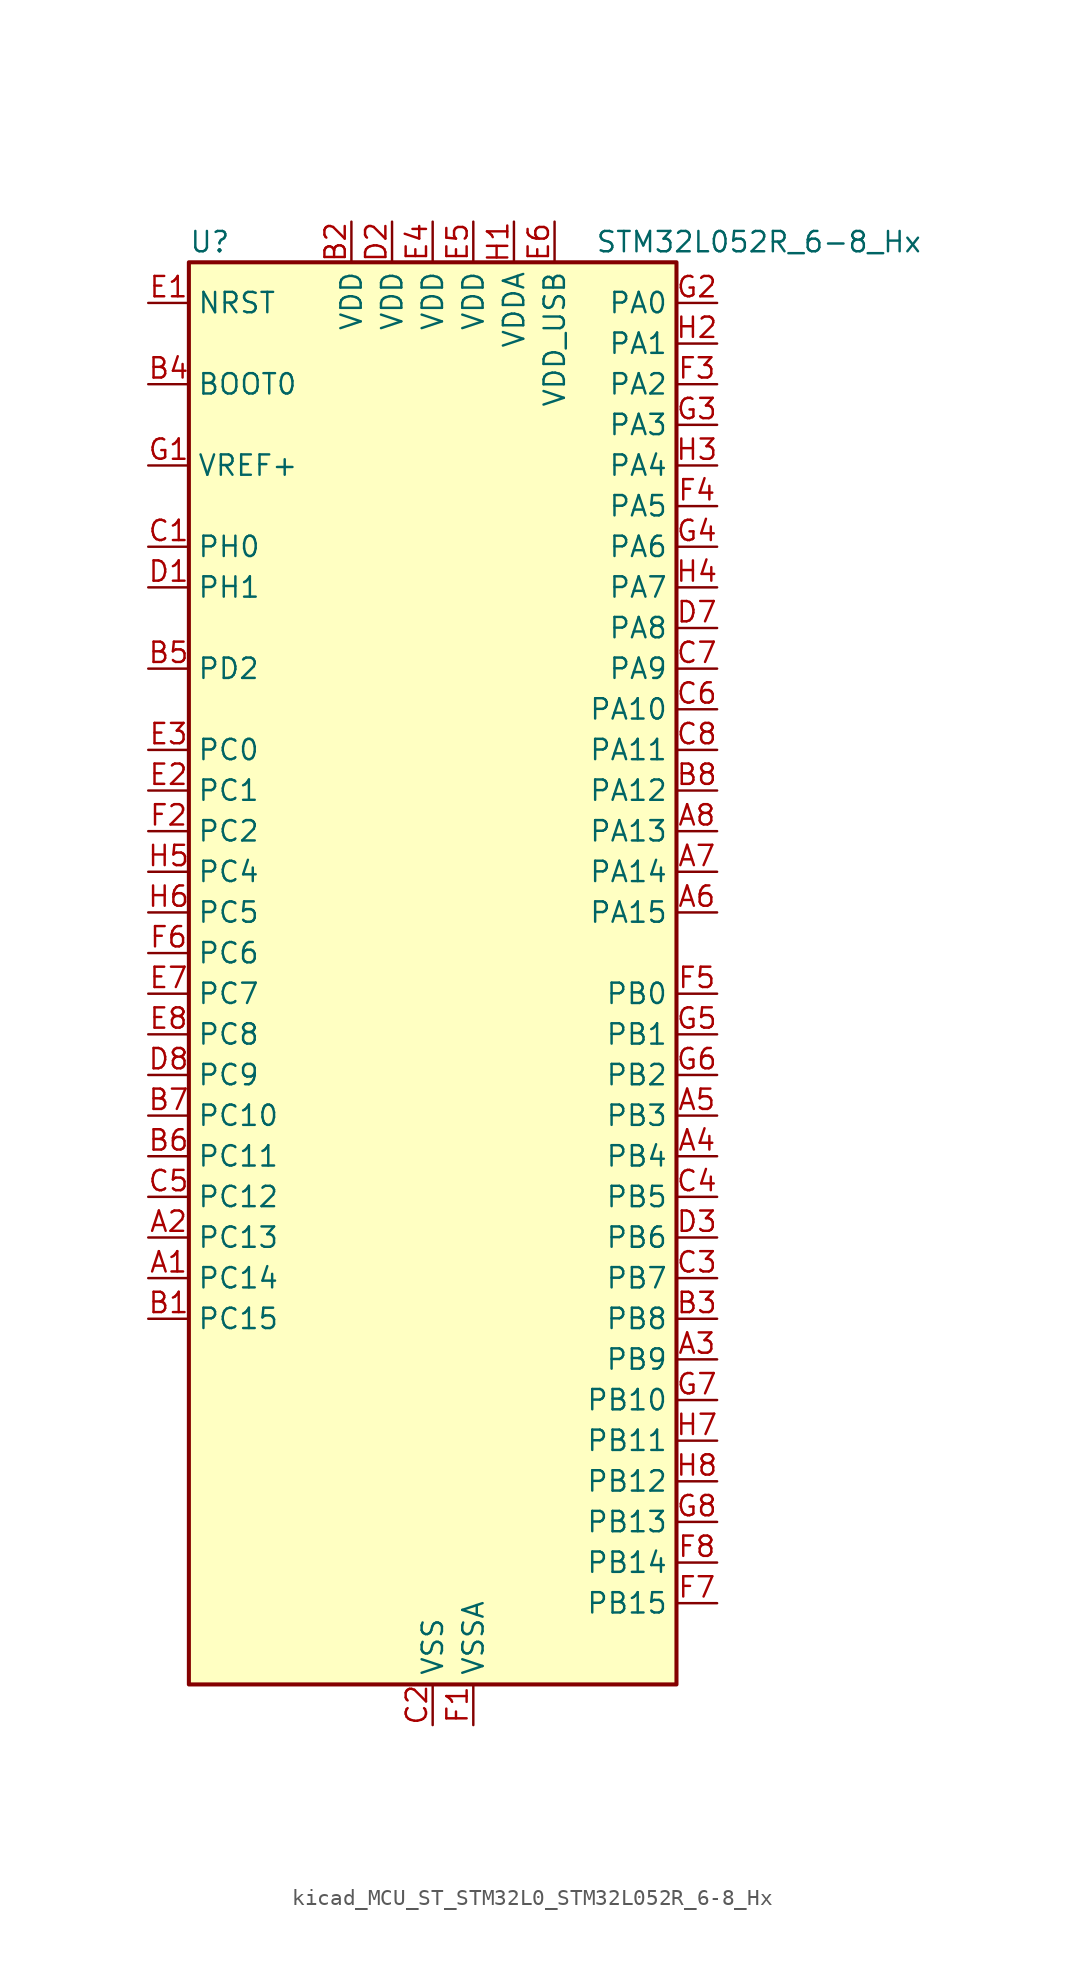
<source format=kicad_sym>
(kicad_symbol_lib
  (version 20220914)
  (generator kicad_symbol_editor)
  (symbol "kicad_MCU_ST_STM32L0_STM32L052R_6-8_Hx"
    (property "Reference" "U"
      (at -15.24 46.99 0)
      (effects (font (size 1.27 1.27)) (justify left)))
    (property "Value" "STM32L052R_6-8_Hx"
      (at 10.16 46.99 0)
      (effects (font (size 1.27 1.27)) (justify left)))
    (property "ki_locked" ""
      (at 0 0 0)
      (effects (font (size 1.27 1.27))))
    (symbol "kicad_MCU_ST_STM32L0_STM32L052R_6-8_Hx_0_1"
      (rectangle (start -15.24 -43.18) (end 15.24 45.72) (stroke (width 0.254) (type default)) (fill (type background))))
    (symbol "kicad_MCU_ST_STM32L0_STM32L052R_6-8_Hx_1_1"
      (pin bidirectional line (at -17.78 -17.78 0) (length 2.54) (name "PC14" (effects (font (size 1.27 1.27)))) (number "A1" (effects (font (size 1.27 1.27)))) (alternate "RCC_OSC32_IN" bidirectional line))
      (pin bidirectional line (at -17.78 -15.24 0) (length 2.54) (name "PC13" (effects (font (size 1.27 1.27)))) (number "A2" (effects (font (size 1.27 1.27)))) (alternate "RTC_OUT_ALARM" bidirectional line) (alternate "RTC_OUT_CALIB" bidirectional line) (alternate "RTC_TAMP1" bidirectional line) (alternate "RTC_TS" bidirectional line) (alternate "SYS_WKUP2" bidirectional line))
      (pin bidirectional line (at 17.78 -22.86 180) (length 2.54) (name "PB9" (effects (font (size 1.27 1.27)))) (number "A3" (effects (font (size 1.27 1.27)))) (alternate "DAC_EXTI9" bidirectional line) (alternate "I2C1_SDA" bidirectional line) (alternate "I2S2_WS" bidirectional line) (alternate "SPI2_NSS" bidirectional line))
      (pin bidirectional line (at 17.78 -10.16 180) (length 2.54) (name "PB4" (effects (font (size 1.27 1.27)))) (number "A4" (effects (font (size 1.27 1.27)))) (alternate "COMP2_INP" bidirectional line) (alternate "SPI1_MISO" bidirectional line) (alternate "TIM22_CH1" bidirectional line) (alternate "TSC_G5_IO2" bidirectional line))
      (pin bidirectional line (at 17.78 -7.62 180) (length 2.54) (name "PB3" (effects (font (size 1.27 1.27)))) (number "A5" (effects (font (size 1.27 1.27)))) (alternate "COMP2_INM" bidirectional line) (alternate "SPI1_SCK" bidirectional line) (alternate "TIM2_CH2" bidirectional line) (alternate "TSC_G5_IO1" bidirectional line))
      (pin bidirectional line (at 17.78 5.08 180) (length 2.54) (name "PA15" (effects (font (size 1.27 1.27)))) (number "A6" (effects (font (size 1.27 1.27)))) (alternate "SPI1_NSS" bidirectional line) (alternate "TIM2_CH1" bidirectional line) (alternate "TIM2_ETR" bidirectional line) (alternate "USART2_RX" bidirectional line))
      (pin bidirectional line (at 17.78 7.62 180) (length 2.54) (name "PA14" (effects (font (size 1.27 1.27)))) (number "A7" (effects (font (size 1.27 1.27)))) (alternate "SYS_SWCLK" bidirectional line) (alternate "USART2_TX" bidirectional line))
      (pin bidirectional line (at 17.78 10.16 180) (length 2.54) (name "PA13" (effects (font (size 1.27 1.27)))) (number "A8" (effects (font (size 1.27 1.27)))) (alternate "SYS_SWDIO" bidirectional line) (alternate "USB_NOE" bidirectional line))
      (pin bidirectional line (at -17.78 -20.32 0) (length 2.54) (name "PC15" (effects (font (size 1.27 1.27)))) (number "B1" (effects (font (size 1.27 1.27)))) (alternate "RCC_OSC32_OUT" bidirectional line))
      (pin power_in line (at -5.08 48.26 270) (length 2.54) (name "VDD" (effects (font (size 1.27 1.27)))) (number "B2" (effects (font (size 1.27 1.27)))))
      (pin bidirectional line (at 17.78 -20.32 180) (length 2.54) (name "PB8" (effects (font (size 1.27 1.27)))) (number "B3" (effects (font (size 1.27 1.27)))) (alternate "I2C1_SCL" bidirectional line) (alternate "TSC_SYNC" bidirectional line))
      (pin input line (at -17.78 38.1 0) (length 2.54) (name "BOOT0" (effects (font (size 1.27 1.27)))) (number "B4" (effects (font (size 1.27 1.27)))))
      (pin bidirectional line (at -17.78 20.32 0) (length 2.54) (name "PD2" (effects (font (size 1.27 1.27)))) (number "B5" (effects (font (size 1.27 1.27)))) (alternate "LPUART1_DE" bidirectional line) (alternate "LPUART1_RTS" bidirectional line))
      (pin bidirectional line (at -17.78 -10.16 0) (length 2.54) (name "PC11" (effects (font (size 1.27 1.27)))) (number "B6" (effects (font (size 1.27 1.27)))) (alternate "ADC_EXTI11" bidirectional line) (alternate "LPUART1_RX" bidirectional line))
      (pin bidirectional line (at -17.78 -7.62 0) (length 2.54) (name "PC10" (effects (font (size 1.27 1.27)))) (number "B7" (effects (font (size 1.27 1.27)))) (alternate "LPUART1_TX" bidirectional line))
      (pin bidirectional line (at 17.78 12.7 180) (length 2.54) (name "PA12" (effects (font (size 1.27 1.27)))) (number "B8" (effects (font (size 1.27 1.27)))) (alternate "COMP2_OUT" bidirectional line) (alternate "SPI1_MOSI" bidirectional line) (alternate "TSC_G4_IO4" bidirectional line) (alternate "USART1_DE" bidirectional line) (alternate "USART1_RTS" bidirectional line) (alternate "USB_DP" bidirectional line))
      (pin bidirectional line (at -17.78 27.94 0) (length 2.54) (name "PH0" (effects (font (size 1.27 1.27)))) (number "C1" (effects (font (size 1.27 1.27)))) (alternate "CRS_SYNC" bidirectional line) (alternate "RCC_OSC_IN" bidirectional line))
      (pin power_in line (at 0 -45.72 90) (length 2.54) (name "VSS" (effects (font (size 1.27 1.27)))) (number "C2" (effects (font (size 1.27 1.27)))))
      (pin bidirectional line (at 17.78 -17.78 180) (length 2.54) (name "PB7" (effects (font (size 1.27 1.27)))) (number "C3" (effects (font (size 1.27 1.27)))) (alternate "COMP2_INP" bidirectional line) (alternate "I2C1_SDA" bidirectional line) (alternate "LPTIM1_IN2" bidirectional line) (alternate "SYS_PVD_IN" bidirectional line) (alternate "TSC_G5_IO4" bidirectional line) (alternate "USART1_RX" bidirectional line))
      (pin bidirectional line (at 17.78 -12.7 180) (length 2.54) (name "PB5" (effects (font (size 1.27 1.27)))) (number "C4" (effects (font (size 1.27 1.27)))) (alternate "COMP2_INP" bidirectional line) (alternate "I2C1_SMBA" bidirectional line) (alternate "LPTIM1_IN1" bidirectional line) (alternate "SPI1_MOSI" bidirectional line) (alternate "TIM22_CH2" bidirectional line))
      (pin bidirectional line (at -17.78 -12.7 0) (length 2.54) (name "PC12" (effects (font (size 1.27 1.27)))) (number "C5" (effects (font (size 1.27 1.27)))))
      (pin bidirectional line (at 17.78 17.78 180) (length 2.54) (name "PA10" (effects (font (size 1.27 1.27)))) (number "C6" (effects (font (size 1.27 1.27)))) (alternate "TSC_G4_IO2" bidirectional line) (alternate "USART1_RX" bidirectional line))
      (pin bidirectional line (at 17.78 20.32 180) (length 2.54) (name "PA9" (effects (font (size 1.27 1.27)))) (number "C7" (effects (font (size 1.27 1.27)))) (alternate "DAC_EXTI9" bidirectional line) (alternate "RCC_MCO" bidirectional line) (alternate "TSC_G4_IO1" bidirectional line) (alternate "USART1_TX" bidirectional line))
      (pin bidirectional line (at 17.78 15.24 180) (length 2.54) (name "PA11" (effects (font (size 1.27 1.27)))) (number "C8" (effects (font (size 1.27 1.27)))) (alternate "ADC_EXTI11" bidirectional line) (alternate "COMP1_OUT" bidirectional line) (alternate "SPI1_MISO" bidirectional line) (alternate "TSC_G4_IO3" bidirectional line) (alternate "USART1_CTS" bidirectional line) (alternate "USB_DM" bidirectional line))
      (pin bidirectional line (at -17.78 25.4 0) (length 2.54) (name "PH1" (effects (font (size 1.27 1.27)))) (number "D1" (effects (font (size 1.27 1.27)))) (alternate "RCC_OSC_OUT" bidirectional line))
      (pin power_in line (at -2.54 48.26 270) (length 2.54) (name "VDD" (effects (font (size 1.27 1.27)))) (number "D2" (effects (font (size 1.27 1.27)))))
      (pin bidirectional line (at 17.78 -15.24 180) (length 2.54) (name "PB6" (effects (font (size 1.27 1.27)))) (number "D3" (effects (font (size 1.27 1.27)))) (alternate "COMP2_INP" bidirectional line) (alternate "I2C1_SCL" bidirectional line) (alternate "LPTIM1_ETR" bidirectional line) (alternate "TSC_G5_IO3" bidirectional line) (alternate "USART1_TX" bidirectional line))
      (pin passive line (at 0 -45.72 90) (length 2.54) hide (name "VSS" (effects (font (size 1.27 1.27)))) (number "D4" (effects (font (size 1.27 1.27)))))
      (pin passive line (at 0 -45.72 90) (length 2.54) hide (name "VSS" (effects (font (size 1.27 1.27)))) (number "D5" (effects (font (size 1.27 1.27)))))
      (pin passive line (at 0 -45.72 90) (length 2.54) hide (name "VSS" (effects (font (size 1.27 1.27)))) (number "D6" (effects (font (size 1.27 1.27)))))
      (pin bidirectional line (at 17.78 22.86 180) (length 2.54) (name "PA8" (effects (font (size 1.27 1.27)))) (number "D7" (effects (font (size 1.27 1.27)))) (alternate "CRS_SYNC" bidirectional line) (alternate "RCC_MCO" bidirectional line) (alternate "USART1_CK" bidirectional line))
      (pin bidirectional line (at -17.78 -5.08 0) (length 2.54) (name "PC9" (effects (font (size 1.27 1.27)))) (number "D8" (effects (font (size 1.27 1.27)))) (alternate "DAC_EXTI9" bidirectional line) (alternate "TIM21_ETR" bidirectional line) (alternate "TSC_G8_IO4" bidirectional line) (alternate "USB_NOE" bidirectional line))
      (pin input line (at -17.78 43.18 0) (length 2.54) (name "NRST" (effects (font (size 1.27 1.27)))) (number "E1" (effects (font (size 1.27 1.27)))))
      (pin bidirectional line (at -17.78 12.7 0) (length 2.54) (name "PC1" (effects (font (size 1.27 1.27)))) (number "E2" (effects (font (size 1.27 1.27)))) (alternate "ADC_IN11" bidirectional line) (alternate "LPTIM1_OUT" bidirectional line) (alternate "TSC_G7_IO2" bidirectional line))
      (pin bidirectional line (at -17.78 15.24 0) (length 2.54) (name "PC0" (effects (font (size 1.27 1.27)))) (number "E3" (effects (font (size 1.27 1.27)))) (alternate "ADC_IN10" bidirectional line) (alternate "LPTIM1_IN1" bidirectional line) (alternate "TSC_G7_IO1" bidirectional line))
      (pin power_in line (at 0 48.26 270) (length 2.54) (name "VDD" (effects (font (size 1.27 1.27)))) (number "E4" (effects (font (size 1.27 1.27)))))
      (pin power_in line (at 2.54 48.26 270) (length 2.54) (name "VDD" (effects (font (size 1.27 1.27)))) (number "E5" (effects (font (size 1.27 1.27)))))
      (pin power_in line (at 7.62 48.26 270) (length 2.54) (name "VDD_USB" (effects (font (size 1.27 1.27)))) (number "E6" (effects (font (size 1.27 1.27)))))
      (pin bidirectional line (at -17.78 0 0) (length 2.54) (name "PC7" (effects (font (size 1.27 1.27)))) (number "E7" (effects (font (size 1.27 1.27)))) (alternate "TIM22_CH2" bidirectional line) (alternate "TSC_G8_IO2" bidirectional line))
      (pin bidirectional line (at -17.78 -2.54 0) (length 2.54) (name "PC8" (effects (font (size 1.27 1.27)))) (number "E8" (effects (font (size 1.27 1.27)))) (alternate "TIM22_ETR" bidirectional line) (alternate "TSC_G8_IO3" bidirectional line))
      (pin power_in line (at 2.54 -45.72 90) (length 2.54) (name "VSSA" (effects (font (size 1.27 1.27)))) (number "F1" (effects (font (size 1.27 1.27)))))
      (pin bidirectional line (at -17.78 10.16 0) (length 2.54) (name "PC2" (effects (font (size 1.27 1.27)))) (number "F2" (effects (font (size 1.27 1.27)))) (alternate "ADC_IN12" bidirectional line) (alternate "I2S2_MCK" bidirectional line) (alternate "LPTIM1_IN2" bidirectional line) (alternate "SPI2_MISO" bidirectional line) (alternate "TSC_G7_IO3" bidirectional line))
      (pin bidirectional line (at 17.78 38.1 180) (length 2.54) (name "PA2" (effects (font (size 1.27 1.27)))) (number "F3" (effects (font (size 1.27 1.27)))) (alternate "ADC_IN2" bidirectional line) (alternate "COMP2_INM" bidirectional line) (alternate "COMP2_OUT" bidirectional line) (alternate "TIM21_CH1" bidirectional line) (alternate "TIM2_CH3" bidirectional line) (alternate "TSC_G1_IO3" bidirectional line) (alternate "USART2_TX" bidirectional line))
      (pin bidirectional line (at 17.78 30.48 180) (length 2.54) (name "PA5" (effects (font (size 1.27 1.27)))) (number "F4" (effects (font (size 1.27 1.27)))) (alternate "ADC_IN5" bidirectional line) (alternate "COMP1_INM" bidirectional line) (alternate "COMP2_INM" bidirectional line) (alternate "SPI1_SCK" bidirectional line) (alternate "TIM2_CH1" bidirectional line) (alternate "TIM2_ETR" bidirectional line) (alternate "TSC_G2_IO2" bidirectional line))
      (pin bidirectional line (at 17.78 0 180) (length 2.54) (name "PB0" (effects (font (size 1.27 1.27)))) (number "F5" (effects (font (size 1.27 1.27)))) (alternate "ADC_IN8" bidirectional line) (alternate "SYS_VREF_OUT_PB0" bidirectional line) (alternate "TSC_G3_IO2" bidirectional line))
      (pin bidirectional line (at -17.78 2.54 0) (length 2.54) (name "PC6" (effects (font (size 1.27 1.27)))) (number "F6" (effects (font (size 1.27 1.27)))) (alternate "TIM22_CH1" bidirectional line) (alternate "TSC_G8_IO1" bidirectional line))
      (pin bidirectional line (at 17.78 -38.1 180) (length 2.54) (name "PB15" (effects (font (size 1.27 1.27)))) (number "F7" (effects (font (size 1.27 1.27)))) (alternate "I2S2_SD" bidirectional line) (alternate "RTC_REFIN" bidirectional line) (alternate "SPI2_MOSI" bidirectional line))
      (pin bidirectional line (at 17.78 -35.56 180) (length 2.54) (name "PB14" (effects (font (size 1.27 1.27)))) (number "F8" (effects (font (size 1.27 1.27)))) (alternate "I2C2_SDA" bidirectional line) (alternate "I2S2_MCK" bidirectional line) (alternate "LPUART1_DE" bidirectional line) (alternate "LPUART1_RTS" bidirectional line) (alternate "RTC_OUT_ALARM" bidirectional line) (alternate "RTC_OUT_CALIB" bidirectional line) (alternate "SPI2_MISO" bidirectional line) (alternate "TIM21_CH2" bidirectional line) (alternate "TSC_G6_IO4" bidirectional line))
      (pin input line (at -17.78 33.02 0) (length 2.54) (name "VREF+" (effects (font (size 1.27 1.27)))) (number "G1" (effects (font (size 1.27 1.27)))))
      (pin bidirectional line (at 17.78 43.18 180) (length 2.54) (name "PA0" (effects (font (size 1.27 1.27)))) (number "G2" (effects (font (size 1.27 1.27)))) (alternate "ADC_IN0" bidirectional line) (alternate "COMP1_INM" bidirectional line) (alternate "COMP1_OUT" bidirectional line) (alternate "RTC_TAMP2" bidirectional line) (alternate "SYS_WKUP1" bidirectional line) (alternate "TIM2_CH1" bidirectional line) (alternate "TIM2_ETR" bidirectional line) (alternate "TSC_G1_IO1" bidirectional line) (alternate "USART2_CTS" bidirectional line))
      (pin bidirectional line (at 17.78 35.56 180) (length 2.54) (name "PA3" (effects (font (size 1.27 1.27)))) (number "G3" (effects (font (size 1.27 1.27)))) (alternate "ADC_IN3" bidirectional line) (alternate "COMP2_INP" bidirectional line) (alternate "TIM21_CH2" bidirectional line) (alternate "TIM2_CH4" bidirectional line) (alternate "TSC_G1_IO4" bidirectional line) (alternate "USART2_RX" bidirectional line))
      (pin bidirectional line (at 17.78 27.94 180) (length 2.54) (name "PA6" (effects (font (size 1.27 1.27)))) (number "G4" (effects (font (size 1.27 1.27)))) (alternate "ADC_IN6" bidirectional line) (alternate "COMP1_OUT" bidirectional line) (alternate "LPUART1_CTS" bidirectional line) (alternate "SPI1_MISO" bidirectional line) (alternate "TIM22_CH1" bidirectional line) (alternate "TSC_G2_IO3" bidirectional line))
      (pin bidirectional line (at 17.78 -2.54 180) (length 2.54) (name "PB1" (effects (font (size 1.27 1.27)))) (number "G5" (effects (font (size 1.27 1.27)))) (alternate "ADC_IN9" bidirectional line) (alternate "LPUART1_DE" bidirectional line) (alternate "LPUART1_RTS" bidirectional line) (alternate "SYS_VREF_OUT_PB1" bidirectional line) (alternate "TSC_G3_IO3" bidirectional line))
      (pin bidirectional line (at 17.78 -5.08 180) (length 2.54) (name "PB2" (effects (font (size 1.27 1.27)))) (number "G6" (effects (font (size 1.27 1.27)))) (alternate "LPTIM1_OUT" bidirectional line) (alternate "TSC_G3_IO4" bidirectional line))
      (pin bidirectional line (at 17.78 -25.4 180) (length 2.54) (name "PB10" (effects (font (size 1.27 1.27)))) (number "G7" (effects (font (size 1.27 1.27)))) (alternate "I2C2_SCL" bidirectional line) (alternate "LPUART1_TX" bidirectional line) (alternate "SPI2_SCK" bidirectional line) (alternate "TIM2_CH3" bidirectional line) (alternate "TSC_SYNC" bidirectional line))
      (pin bidirectional line (at 17.78 -33.02 180) (length 2.54) (name "PB13" (effects (font (size 1.27 1.27)))) (number "G8" (effects (font (size 1.27 1.27)))) (alternate "I2C2_SCL" bidirectional line) (alternate "I2S2_CK" bidirectional line) (alternate "LPUART1_CTS" bidirectional line) (alternate "SPI2_SCK" bidirectional line) (alternate "TIM21_CH1" bidirectional line) (alternate "TSC_G6_IO3" bidirectional line))
      (pin power_in line (at 5.08 48.26 270) (length 2.54) (name "VDDA" (effects (font (size 1.27 1.27)))) (number "H1" (effects (font (size 1.27 1.27)))))
      (pin bidirectional line (at 17.78 40.64 180) (length 2.54) (name "PA1" (effects (font (size 1.27 1.27)))) (number "H2" (effects (font (size 1.27 1.27)))) (alternate "ADC_IN1" bidirectional line) (alternate "COMP1_INP" bidirectional line) (alternate "TIM21_ETR" bidirectional line) (alternate "TIM2_CH2" bidirectional line) (alternate "TSC_G1_IO2" bidirectional line) (alternate "USART2_DE" bidirectional line) (alternate "USART2_RTS" bidirectional line))
      (pin bidirectional line (at 17.78 33.02 180) (length 2.54) (name "PA4" (effects (font (size 1.27 1.27)))) (number "H3" (effects (font (size 1.27 1.27)))) (alternate "ADC_IN4" bidirectional line) (alternate "COMP1_INM" bidirectional line) (alternate "COMP2_INM" bidirectional line) (alternate "DAC_OUT1" bidirectional line) (alternate "SPI1_NSS" bidirectional line) (alternate "TIM22_ETR" bidirectional line) (alternate "TSC_G2_IO1" bidirectional line) (alternate "USART2_CK" bidirectional line))
      (pin bidirectional line (at 17.78 25.4 180) (length 2.54) (name "PA7" (effects (font (size 1.27 1.27)))) (number "H4" (effects (font (size 1.27 1.27)))) (alternate "ADC_IN7" bidirectional line) (alternate "COMP2_OUT" bidirectional line) (alternate "SPI1_MOSI" bidirectional line) (alternate "TIM22_CH2" bidirectional line) (alternate "TSC_G2_IO4" bidirectional line))
      (pin bidirectional line (at -17.78 7.62 0) (length 2.54) (name "PC4" (effects (font (size 1.27 1.27)))) (number "H5" (effects (font (size 1.27 1.27)))) (alternate "ADC_IN14" bidirectional line) (alternate "LPUART1_TX" bidirectional line))
      (pin bidirectional line (at -17.78 5.08 0) (length 2.54) (name "PC5" (effects (font (size 1.27 1.27)))) (number "H6" (effects (font (size 1.27 1.27)))) (alternate "ADC_IN15" bidirectional line) (alternate "LPUART1_RX" bidirectional line) (alternate "TSC_G3_IO1" bidirectional line))
      (pin bidirectional line (at 17.78 -27.94 180) (length 2.54) (name "PB11" (effects (font (size 1.27 1.27)))) (number "H7" (effects (font (size 1.27 1.27)))) (alternate "ADC_EXTI11" bidirectional line) (alternate "I2C2_SDA" bidirectional line) (alternate "LPUART1_RX" bidirectional line) (alternate "TIM2_CH4" bidirectional line) (alternate "TSC_G6_IO1" bidirectional line))
      (pin bidirectional line (at 17.78 -30.48 180) (length 2.54) (name "PB12" (effects (font (size 1.27 1.27)))) (number "H8" (effects (font (size 1.27 1.27)))) (alternate "I2S2_WS" bidirectional line) (alternate "LPUART1_DE" bidirectional line) (alternate "LPUART1_RTS" bidirectional line) (alternate "SPI2_NSS" bidirectional line) (alternate "TSC_G6_IO2" bidirectional line)))))
</source>
